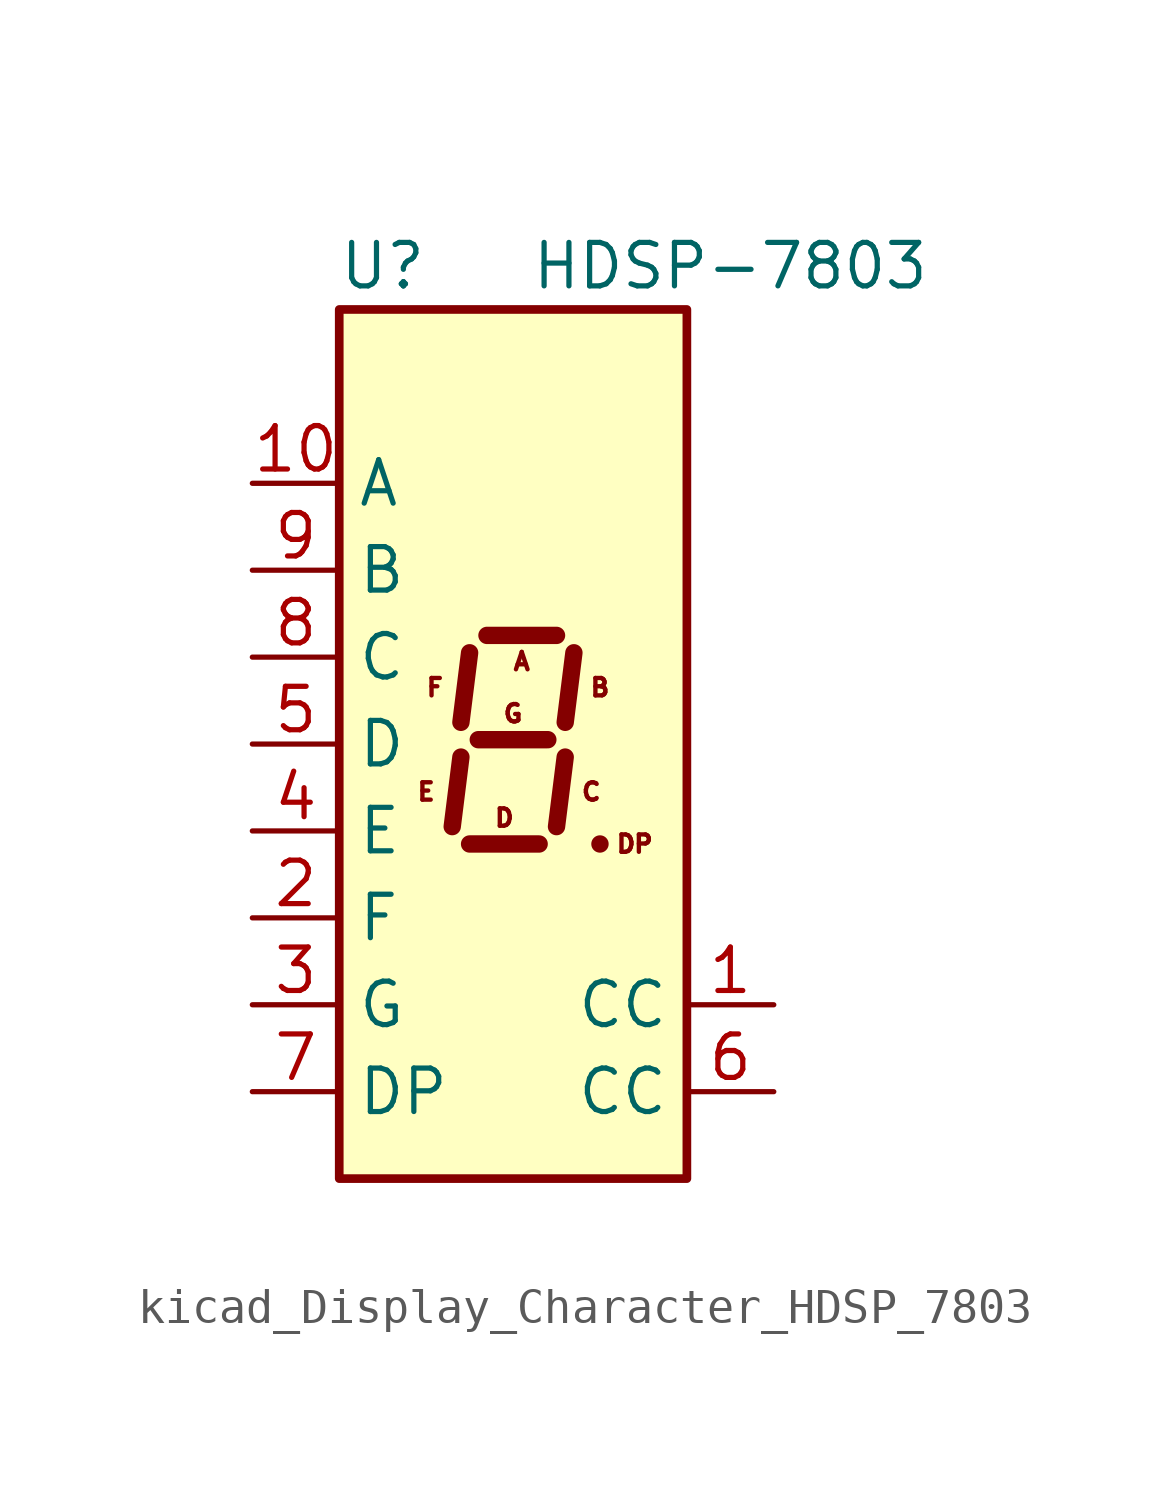
<source format=kicad_sym>
(kicad_symbol_lib
  (version 20220914)
  (generator kicad_symbol_editor)
  (symbol "kicad_Display_Character_HDSP_7803"
    (property "Reference" "U"
      (at -3.81 13.97 0)
      (effects (font (size 1.27 1.27))))
    (property "Value" "HDSP-7803"
      (at 6.35 13.97 0)
      (effects (font (size 1.27 1.27))))
    (symbol "kicad_Display_Character_HDSP_7803_1_0"
      (text "A" (at 0.254 2.413 0) (effects (font (size 0.508 0.508))))
      (text "B" (at 2.54 1.651 0) (effects (font (size 0.508 0.508))))
      (text "C" (at 2.286 -1.397 0) (effects (font (size 0.508 0.508))))
      (text "D" (at -0.254 -2.159 0) (effects (font (size 0.508 0.508))))
      (text "DP" (at 3.556 -2.921 0) (effects (font (size 0.508 0.508))))
      (text "E" (at -2.54 -1.397 0) (effects (font (size 0.508 0.508))))
      (text "F" (at -2.286 1.651 0) (effects (font (size 0.508 0.508))))
      (text "G" (at 0 0.889 0) (effects (font (size 0.508 0.508)))))
    (symbol "kicad_Display_Character_HDSP_7803_1_1"
      (rectangle (start -5.08 12.7) (end 5.08 -12.7) (stroke (width 0.254) (type default)) (fill (type background)))
      (polyline (pts (xy -1.524 -0.381) (xy -1.778 -2.413)) (stroke (width 0.508) (type default)) (fill (type none)))
      (polyline (pts (xy -1.27 -2.921) (xy 0.762 -2.921)) (stroke (width 0.508) (type default)) (fill (type none)))
      (polyline (pts (xy -1.27 2.667) (xy -1.524 0.635)) (stroke (width 0.508) (type default)) (fill (type none)))
      (polyline (pts (xy -1.016 0.127) (xy 1.016 0.127)) (stroke (width 0.508) (type default)) (fill (type none)))
      (polyline (pts (xy -0.762 3.175) (xy 1.27 3.175)) (stroke (width 0.508) (type default)) (fill (type none)))
      (polyline (pts (xy 1.524 -0.381) (xy 1.27 -2.413)) (stroke (width 0.508) (type default)) (fill (type none)))
      (polyline (pts (xy 1.778 2.667) (xy 1.524 0.635)) (stroke (width 0.508) (type default)) (fill (type none)))
      (polyline (pts (xy 2.54 -2.921) (xy 2.54 -2.921)) (stroke (width 0.508) (type default)) (fill (type none)))
      (pin input line (at 7.62 -7.62 180) (length 2.54) (name "CC" (effects (font (size 1.27 1.27)))) (number "1" (effects (font (size 1.27 1.27)))))
      (pin input line (at -7.62 7.62 0) (length 2.54) (name "A" (effects (font (size 1.27 1.27)))) (number "10" (effects (font (size 1.27 1.27)))))
      (pin input line (at -7.62 -5.08 0) (length 2.54) (name "F" (effects (font (size 1.27 1.27)))) (number "2" (effects (font (size 1.27 1.27)))))
      (pin input line (at -7.62 -7.62 0) (length 2.54) (name "G" (effects (font (size 1.27 1.27)))) (number "3" (effects (font (size 1.27 1.27)))))
      (pin input line (at -7.62 -2.54 0) (length 2.54) (name "E" (effects (font (size 1.27 1.27)))) (number "4" (effects (font (size 1.27 1.27)))))
      (pin input line (at -7.62 0 0) (length 2.54) (name "D" (effects (font (size 1.27 1.27)))) (number "5" (effects (font (size 1.27 1.27)))))
      (pin input line (at 7.62 -10.16 180) (length 2.54) (name "CC" (effects (font (size 1.27 1.27)))) (number "6" (effects (font (size 1.27 1.27)))))
      (pin input line (at -7.62 -10.16 0) (length 2.54) (name "DP" (effects (font (size 1.27 1.27)))) (number "7" (effects (font (size 1.27 1.27)))))
      (pin input line (at -7.62 2.54 0) (length 2.54) (name "C" (effects (font (size 1.27 1.27)))) (number "8" (effects (font (size 1.27 1.27)))))
      (pin input line (at -7.62 5.08 0) (length 2.54) (name "B" (effects (font (size 1.27 1.27)))) (number "9" (effects (font (size 1.27 1.27))))))))
</source>
